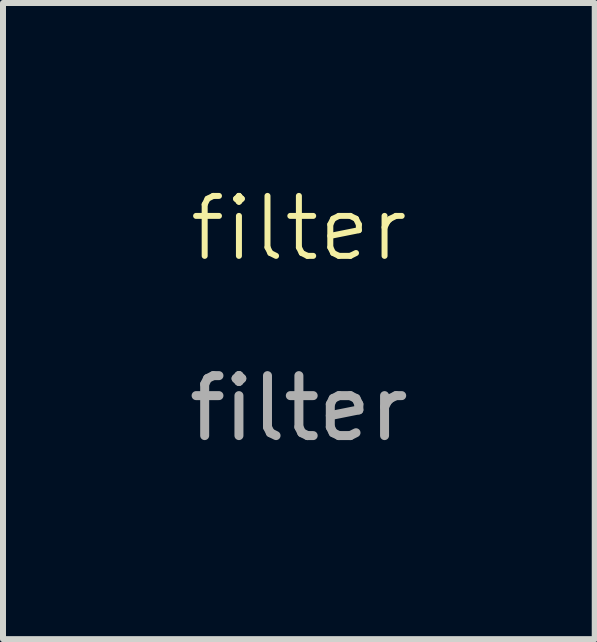
<source format=kicad_pcb>
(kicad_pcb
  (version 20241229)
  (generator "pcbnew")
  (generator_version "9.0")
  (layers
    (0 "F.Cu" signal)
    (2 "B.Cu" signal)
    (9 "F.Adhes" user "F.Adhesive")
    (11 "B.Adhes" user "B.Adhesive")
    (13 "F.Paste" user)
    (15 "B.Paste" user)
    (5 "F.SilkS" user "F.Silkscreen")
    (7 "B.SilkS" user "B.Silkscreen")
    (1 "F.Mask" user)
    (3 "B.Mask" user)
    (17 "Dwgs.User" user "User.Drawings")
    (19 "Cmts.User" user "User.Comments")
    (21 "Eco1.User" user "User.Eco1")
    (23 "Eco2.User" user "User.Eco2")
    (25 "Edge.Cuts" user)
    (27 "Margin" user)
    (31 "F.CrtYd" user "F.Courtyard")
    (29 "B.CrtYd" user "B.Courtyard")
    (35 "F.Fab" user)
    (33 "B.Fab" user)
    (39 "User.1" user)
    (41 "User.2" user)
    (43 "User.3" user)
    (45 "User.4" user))
  (footprint "filter"
    (layer "F.Cu")
    (at 1.935 1.26)
    (property "Reference" "filter" (at 0 -0.5 0) (unlocked yes) (layer "F.SilkS") (effects (font (size 1 1) (thickness 0.1))))
    (attr smd)
    (fp_text user "${REFERENCE}" (at 0 2.5 0) (unlocked yes) (layer "F.Fab") (effects (font (size 1 1) (thickness 0.15)))))
  (gr_rect
    (start -3 -3)
    (end 6.869 7.609)
    (stroke (width 0.1) (type default))
    (fill no)
    (layer "Edge.Cuts")))
</source>
